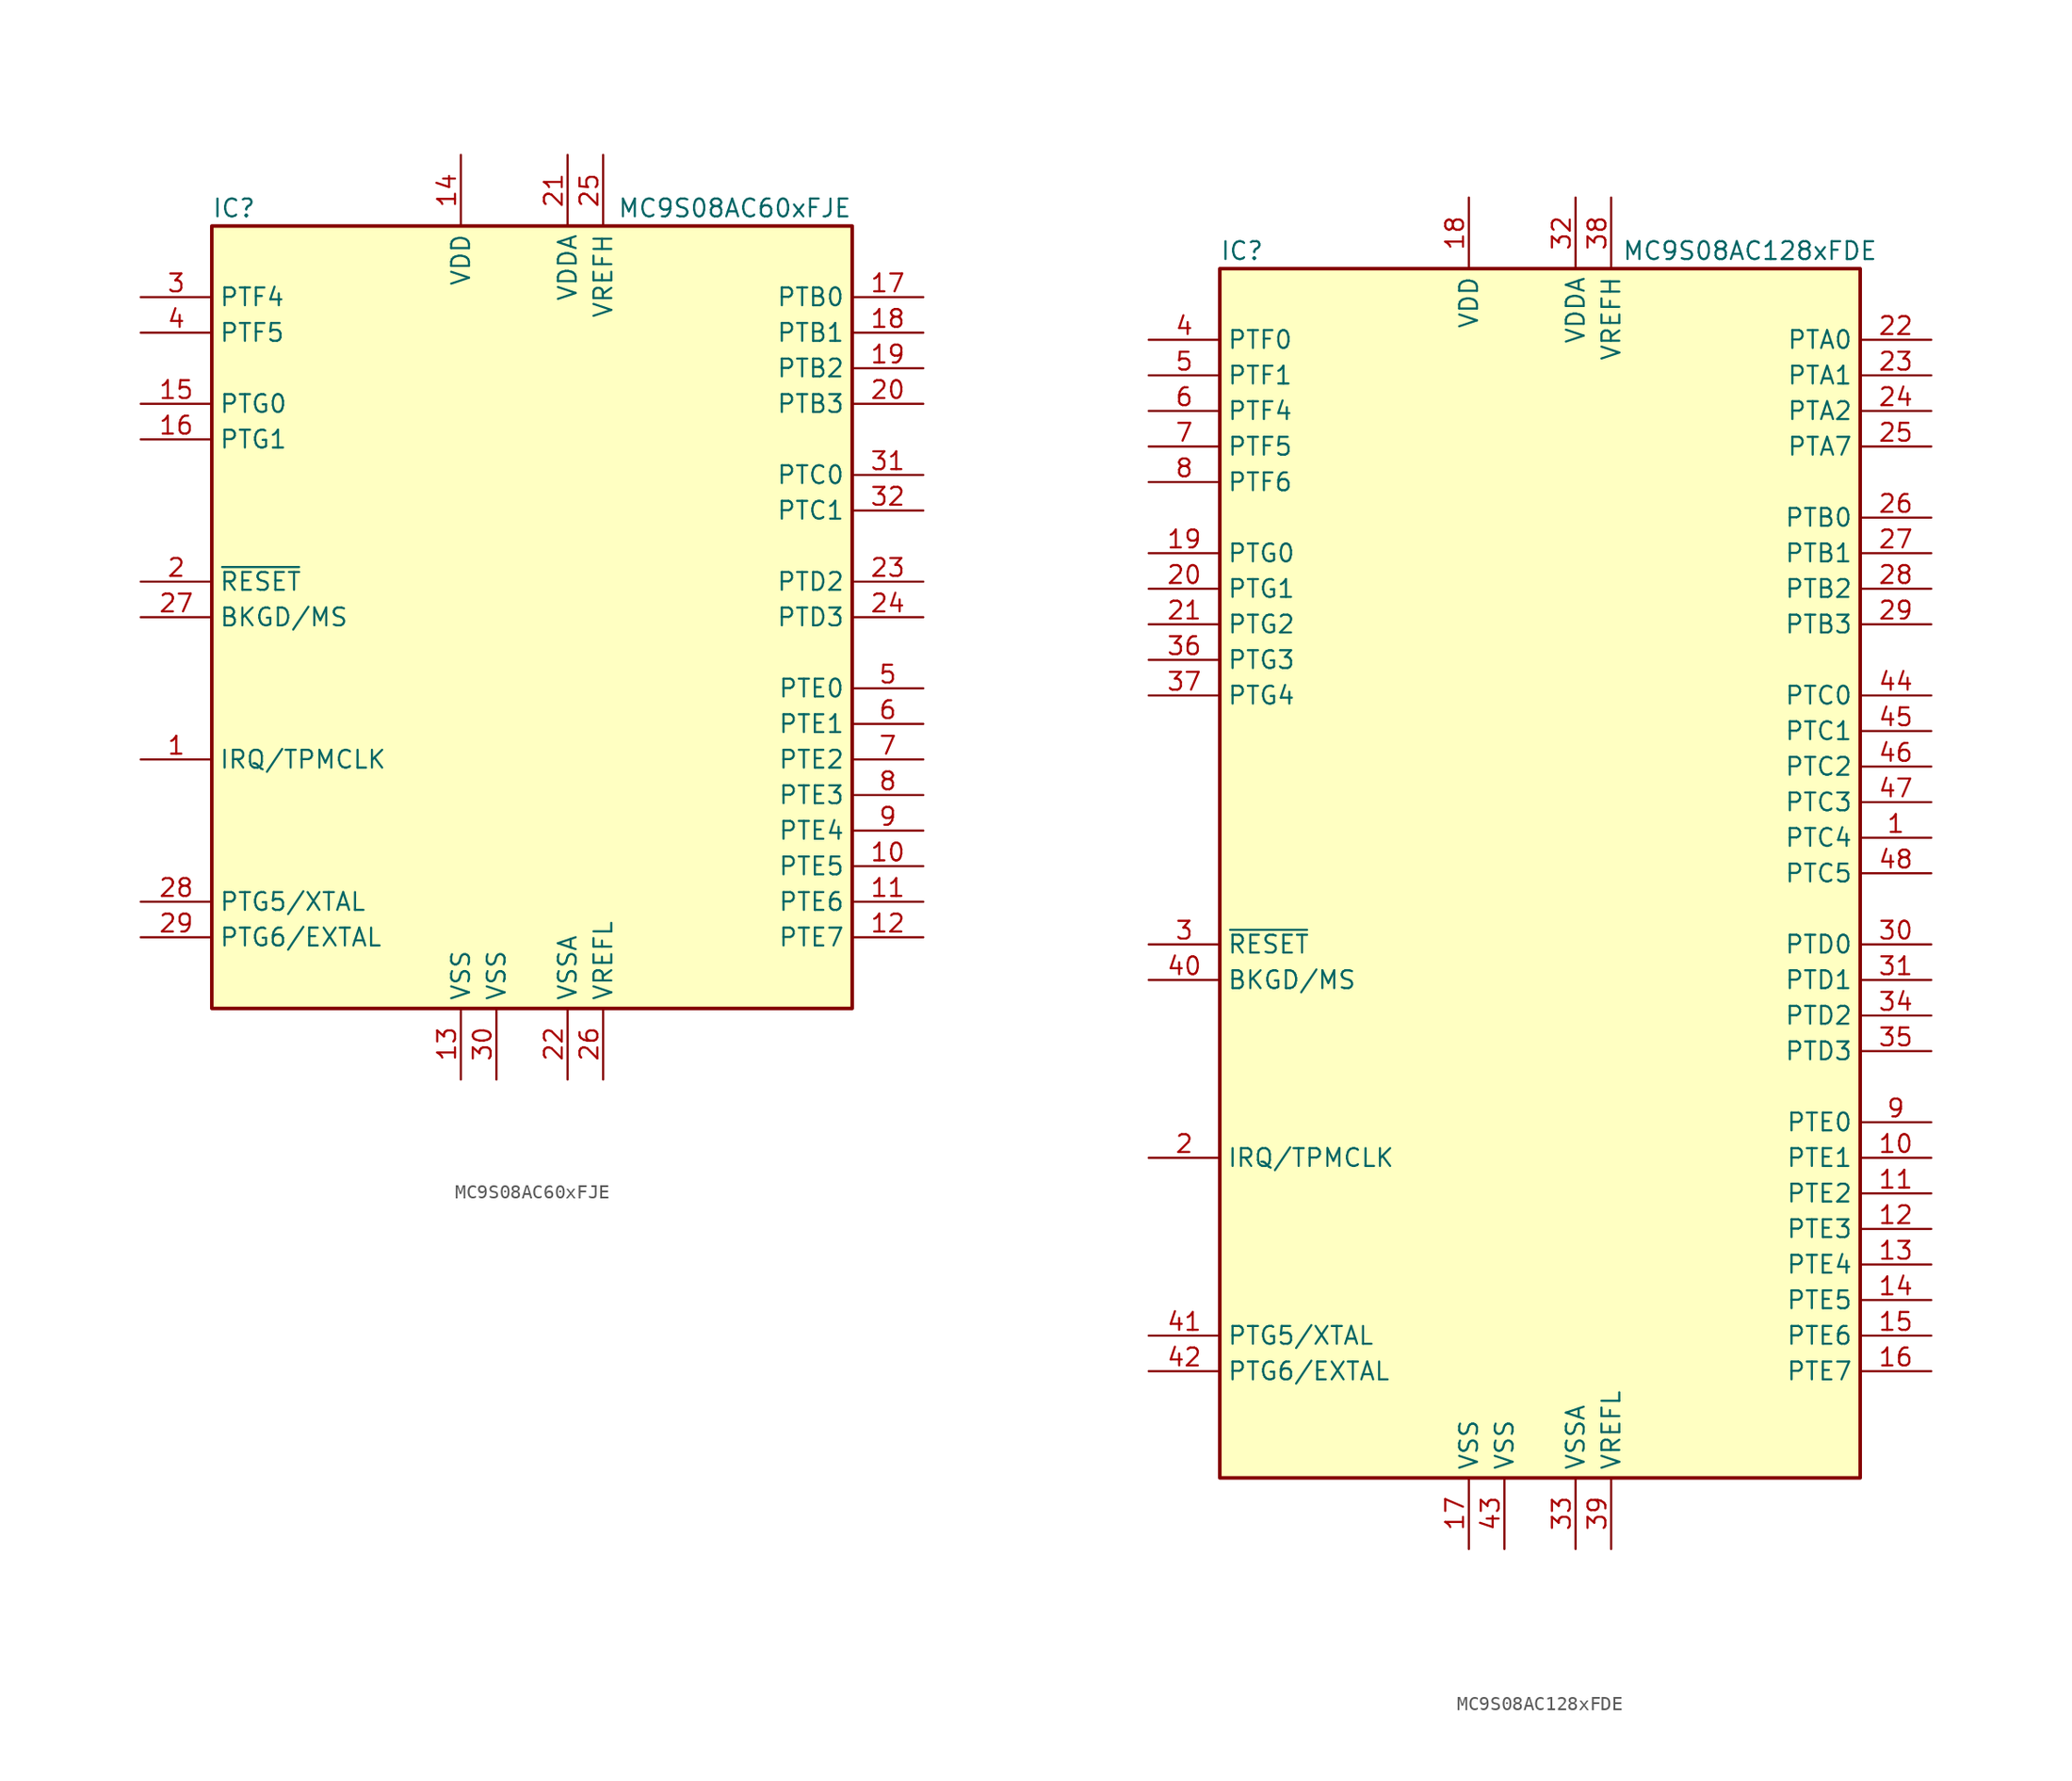
<source format=kicad_sym>
(kicad_symbol_lib
  (version 20201005)
  (generator kicad_symbol_editor)
  (symbol "MC9S08AC60xFJE"
    (property "Reference" "IC"
      (at -22.86 29.21 0)
      (effects (font (size 1.27 1.27)) (justify left)))
    (property "Value" "MC9S08AC60xFJE"
      (at 22.86 29.21 0)
      (effects (font (size 1.27 1.27)) (justify right)))
    (symbol "MC9S08AC60xFJE_0_1"
      (rectangle (start -22.86 27.94) (end 22.86 -27.94) (stroke (width 0.254)) (fill (type background))))
    (symbol "MC9S08AC60xFJE_1_1"
      (pin input line (at -27.94 -10.16 0) (length 5.08) (name "IRQ/TPMCLK" (effects (font (size 1.27 1.27)))) (number "1" (effects (font (size 1.27 1.27)))))
      (pin bidirectional line (at 27.94 -17.78 180) (length 5.08) (name "PTE5" (effects (font (size 1.27 1.27)))) (number "10" (effects (font (size 1.27 1.27)))))
      (pin bidirectional line (at 27.94 -20.32 180) (length 5.08) (name "PTE6" (effects (font (size 1.27 1.27)))) (number "11" (effects (font (size 1.27 1.27)))))
      (pin bidirectional line (at 27.94 -22.86 180) (length 5.08) (name "PTE7" (effects (font (size 1.27 1.27)))) (number "12" (effects (font (size 1.27 1.27)))))
      (pin power_in line (at -5.08 -33.02 90) (length 5.08) (name "VSS" (effects (font (size 1.27 1.27)))) (number "13" (effects (font (size 1.27 1.27)))))
      (pin power_in line (at -5.08 33.02 270) (length 5.08) (name "VDD" (effects (font (size 1.27 1.27)))) (number "14" (effects (font (size 1.27 1.27)))))
      (pin bidirectional line (at -27.94 15.24 0) (length 5.08) (name "PTG0" (effects (font (size 1.27 1.27)))) (number "15" (effects (font (size 1.27 1.27)))))
      (pin bidirectional line (at -27.94 12.7 0) (length 5.08) (name "PTG1" (effects (font (size 1.27 1.27)))) (number "16" (effects (font (size 1.27 1.27)))))
      (pin bidirectional line (at 27.94 22.86 180) (length 5.08) (name "PTB0" (effects (font (size 1.27 1.27)))) (number "17" (effects (font (size 1.27 1.27)))))
      (pin bidirectional line (at 27.94 20.32 180) (length 5.08) (name "PTB1" (effects (font (size 1.27 1.27)))) (number "18" (effects (font (size 1.27 1.27)))))
      (pin bidirectional line (at 27.94 17.78 180) (length 5.08) (name "PTB2" (effects (font (size 1.27 1.27)))) (number "19" (effects (font (size 1.27 1.27)))))
      (pin input line (at -27.94 2.54 0) (length 5.08) (name "~RESET" (effects (font (size 1.27 1.27)))) (number "2" (effects (font (size 1.27 1.27)))))
      (pin bidirectional line (at 27.94 15.24 180) (length 5.08) (name "PTB3" (effects (font (size 1.27 1.27)))) (number "20" (effects (font (size 1.27 1.27)))))
      (pin power_in line (at 2.54 33.02 270) (length 5.08) (name "VDDA" (effects (font (size 1.27 1.27)))) (number "21" (effects (font (size 1.27 1.27)))))
      (pin power_in line (at 2.54 -33.02 90) (length 5.08) (name "VSSA" (effects (font (size 1.27 1.27)))) (number "22" (effects (font (size 1.27 1.27)))))
      (pin bidirectional line (at 27.94 2.54 180) (length 5.08) (name "PTD2" (effects (font (size 1.27 1.27)))) (number "23" (effects (font (size 1.27 1.27)))))
      (pin bidirectional line (at 27.94 0 180) (length 5.08) (name "PTD3" (effects (font (size 1.27 1.27)))) (number "24" (effects (font (size 1.27 1.27)))))
      (pin power_in line (at 5.08 33.02 270) (length 5.08) (name "VREFH" (effects (font (size 1.27 1.27)))) (number "25" (effects (font (size 1.27 1.27)))))
      (pin power_in line (at 5.08 -33.02 90) (length 5.08) (name "VREFL" (effects (font (size 1.27 1.27)))) (number "26" (effects (font (size 1.27 1.27)))))
      (pin bidirectional line (at -27.94 0 0) (length 5.08) (name "BKGD/MS" (effects (font (size 1.27 1.27)))) (number "27" (effects (font (size 1.27 1.27)))))
      (pin bidirectional line (at -27.94 -20.32 0) (length 5.08) (name "PTG5/XTAL" (effects (font (size 1.27 1.27)))) (number "28" (effects (font (size 1.27 1.27)))))
      (pin bidirectional line (at -27.94 -22.86 0) (length 5.08) (name "PTG6/EXTAL" (effects (font (size 1.27 1.27)))) (number "29" (effects (font (size 1.27 1.27)))))
      (pin bidirectional line (at -27.94 22.86 0) (length 5.08) (name "PTF4" (effects (font (size 1.27 1.27)))) (number "3" (effects (font (size 1.27 1.27)))))
      (pin power_in line (at -2.54 -33.02 90) (length 5.08) (name "VSS" (effects (font (size 1.27 1.27)))) (number "30" (effects (font (size 1.27 1.27)))))
      (pin bidirectional line (at 27.94 10.16 180) (length 5.08) (name "PTC0" (effects (font (size 1.27 1.27)))) (number "31" (effects (font (size 1.27 1.27)))))
      (pin bidirectional line (at 27.94 7.62 180) (length 5.08) (name "PTC1" (effects (font (size 1.27 1.27)))) (number "32" (effects (font (size 1.27 1.27)))))
      (pin bidirectional line (at -27.94 20.32 0) (length 5.08) (name "PTF5" (effects (font (size 1.27 1.27)))) (number "4" (effects (font (size 1.27 1.27)))))
      (pin bidirectional line (at 27.94 -5.08 180) (length 5.08) (name "PTE0" (effects (font (size 1.27 1.27)))) (number "5" (effects (font (size 1.27 1.27)))))
      (pin bidirectional line (at 27.94 -7.62 180) (length 5.08) (name "PTE1" (effects (font (size 1.27 1.27)))) (number "6" (effects (font (size 1.27 1.27)))))
      (pin bidirectional line (at 27.94 -10.16 180) (length 5.08) (name "PTE2" (effects (font (size 1.27 1.27)))) (number "7" (effects (font (size 1.27 1.27)))))
      (pin bidirectional line (at 27.94 -12.7 180) (length 5.08) (name "PTE3" (effects (font (size 1.27 1.27)))) (number "8" (effects (font (size 1.27 1.27)))))
      (pin bidirectional line (at 27.94 -15.24 180) (length 5.08) (name "PTE4" (effects (font (size 1.27 1.27)))) (number "9" (effects (font (size 1.27 1.27)))))))
  (symbol "MC9S08AC128xFDE"
    (property "Reference" "IC"
      (at -22.86 44.45 0)
      (effects (font (size 1.27 1.27)) (justify left)))
    (property "Value" "MC9S08AC128xFDE"
      (at 24.13 44.45 0)
      (effects (font (size 1.27 1.27)) (justify right)))
    (symbol "MC9S08AC128xFDE_0_1"
      (rectangle (start -22.86 43.18) (end 22.86 -43.18) (stroke (width 0.254)) (fill (type background))))
    (symbol "MC9S08AC128xFDE_1_1"
      (pin bidirectional line (at 27.94 2.54 180) (length 5.08) (name "PTC4" (effects (font (size 1.27 1.27)))) (number "1" (effects (font (size 1.27 1.27)))))
      (pin bidirectional line (at 27.94 -20.32 180) (length 5.08) (name "PTE1" (effects (font (size 1.27 1.27)))) (number "10" (effects (font (size 1.27 1.27)))))
      (pin bidirectional line (at 27.94 -22.86 180) (length 5.08) (name "PTE2" (effects (font (size 1.27 1.27)))) (number "11" (effects (font (size 1.27 1.27)))))
      (pin bidirectional line (at 27.94 -25.4 180) (length 5.08) (name "PTE3" (effects (font (size 1.27 1.27)))) (number "12" (effects (font (size 1.27 1.27)))))
      (pin bidirectional line (at 27.94 -27.94 180) (length 5.08) (name "PTE4" (effects (font (size 1.27 1.27)))) (number "13" (effects (font (size 1.27 1.27)))))
      (pin bidirectional line (at 27.94 -30.48 180) (length 5.08) (name "PTE5" (effects (font (size 1.27 1.27)))) (number "14" (effects (font (size 1.27 1.27)))))
      (pin bidirectional line (at 27.94 -33.02 180) (length 5.08) (name "PTE6" (effects (font (size 1.27 1.27)))) (number "15" (effects (font (size 1.27 1.27)))))
      (pin bidirectional line (at 27.94 -35.56 180) (length 5.08) (name "PTE7" (effects (font (size 1.27 1.27)))) (number "16" (effects (font (size 1.27 1.27)))))
      (pin power_in line (at -5.08 -48.26 90) (length 5.08) (name "VSS" (effects (font (size 1.27 1.27)))) (number "17" (effects (font (size 1.27 1.27)))))
      (pin power_in line (at -5.08 48.26 270) (length 5.08) (name "VDD" (effects (font (size 1.27 1.27)))) (number "18" (effects (font (size 1.27 1.27)))))
      (pin bidirectional line (at -27.94 22.86 0) (length 5.08) (name "PTG0" (effects (font (size 1.27 1.27)))) (number "19" (effects (font (size 1.27 1.27)))))
      (pin input line (at -27.94 -20.32 0) (length 5.08) (name "IRQ/TPMCLK" (effects (font (size 1.27 1.27)))) (number "2" (effects (font (size 1.27 1.27)))))
      (pin bidirectional line (at -27.94 20.32 0) (length 5.08) (name "PTG1" (effects (font (size 1.27 1.27)))) (number "20" (effects (font (size 1.27 1.27)))))
      (pin bidirectional line (at -27.94 17.78 0) (length 5.08) (name "PTG2" (effects (font (size 1.27 1.27)))) (number "21" (effects (font (size 1.27 1.27)))))
      (pin bidirectional line (at 27.94 38.1 180) (length 5.08) (name "PTA0" (effects (font (size 1.27 1.27)))) (number "22" (effects (font (size 1.27 1.27)))))
      (pin bidirectional line (at 27.94 35.56 180) (length 5.08) (name "PTA1" (effects (font (size 1.27 1.27)))) (number "23" (effects (font (size 1.27 1.27)))))
      (pin bidirectional line (at 27.94 33.02 180) (length 5.08) (name "PTA2" (effects (font (size 1.27 1.27)))) (number "24" (effects (font (size 1.27 1.27)))))
      (pin bidirectional line (at 27.94 30.48 180) (length 5.08) (name "PTA7" (effects (font (size 1.27 1.27)))) (number "25" (effects (font (size 1.27 1.27)))))
      (pin bidirectional line (at 27.94 25.4 180) (length 5.08) (name "PTB0" (effects (font (size 1.27 1.27)))) (number "26" (effects (font (size 1.27 1.27)))))
      (pin bidirectional line (at 27.94 22.86 180) (length 5.08) (name "PTB1" (effects (font (size 1.27 1.27)))) (number "27" (effects (font (size 1.27 1.27)))))
      (pin bidirectional line (at 27.94 20.32 180) (length 5.08) (name "PTB2" (effects (font (size 1.27 1.27)))) (number "28" (effects (font (size 1.27 1.27)))))
      (pin bidirectional line (at 27.94 17.78 180) (length 5.08) (name "PTB3" (effects (font (size 1.27 1.27)))) (number "29" (effects (font (size 1.27 1.27)))))
      (pin input line (at -27.94 -5.08 0) (length 5.08) (name "~RESET" (effects (font (size 1.27 1.27)))) (number "3" (effects (font (size 1.27 1.27)))))
      (pin bidirectional line (at 27.94 -5.08 180) (length 5.08) (name "PTD0" (effects (font (size 1.27 1.27)))) (number "30" (effects (font (size 1.27 1.27)))))
      (pin bidirectional line (at 27.94 -7.62 180) (length 5.08) (name "PTD1" (effects (font (size 1.27 1.27)))) (number "31" (effects (font (size 1.27 1.27)))))
      (pin power_in line (at 2.54 48.26 270) (length 5.08) (name "VDDA" (effects (font (size 1.27 1.27)))) (number "32" (effects (font (size 1.27 1.27)))))
      (pin power_in line (at 2.54 -48.26 90) (length 5.08) (name "VSSA" (effects (font (size 1.27 1.27)))) (number "33" (effects (font (size 1.27 1.27)))))
      (pin bidirectional line (at 27.94 -10.16 180) (length 5.08) (name "PTD2" (effects (font (size 1.27 1.27)))) (number "34" (effects (font (size 1.27 1.27)))))
      (pin bidirectional line (at 27.94 -12.7 180) (length 5.08) (name "PTD3" (effects (font (size 1.27 1.27)))) (number "35" (effects (font (size 1.27 1.27)))))
      (pin bidirectional line (at -27.94 15.24 0) (length 5.08) (name "PTG3" (effects (font (size 1.27 1.27)))) (number "36" (effects (font (size 1.27 1.27)))))
      (pin bidirectional line (at -27.94 12.7 0) (length 5.08) (name "PTG4" (effects (font (size 1.27 1.27)))) (number "37" (effects (font (size 1.27 1.27)))))
      (pin power_in line (at 5.08 48.26 270) (length 5.08) (name "VREFH" (effects (font (size 1.27 1.27)))) (number "38" (effects (font (size 1.27 1.27)))))
      (pin power_in line (at 5.08 -48.26 90) (length 5.08) (name "VREFL" (effects (font (size 1.27 1.27)))) (number "39" (effects (font (size 1.27 1.27)))))
      (pin bidirectional line (at -27.94 38.1 0) (length 5.08) (name "PTF0" (effects (font (size 1.27 1.27)))) (number "4" (effects (font (size 1.27 1.27)))))
      (pin bidirectional line (at -27.94 -7.62 0) (length 5.08) (name "BKGD/MS" (effects (font (size 1.27 1.27)))) (number "40" (effects (font (size 1.27 1.27)))))
      (pin bidirectional line (at -27.94 -33.02 0) (length 5.08) (name "PTG5/XTAL" (effects (font (size 1.27 1.27)))) (number "41" (effects (font (size 1.27 1.27)))))
      (pin bidirectional line (at -27.94 -35.56 0) (length 5.08) (name "PTG6/EXTAL" (effects (font (size 1.27 1.27)))) (number "42" (effects (font (size 1.27 1.27)))))
      (pin power_in line (at -2.54 -48.26 90) (length 5.08) (name "VSS" (effects (font (size 1.27 1.27)))) (number "43" (effects (font (size 1.27 1.27)))))
      (pin bidirectional line (at 27.94 12.7 180) (length 5.08) (name "PTC0" (effects (font (size 1.27 1.27)))) (number "44" (effects (font (size 1.27 1.27)))))
      (pin bidirectional line (at 27.94 10.16 180) (length 5.08) (name "PTC1" (effects (font (size 1.27 1.27)))) (number "45" (effects (font (size 1.27 1.27)))))
      (pin bidirectional line (at 27.94 7.62 180) (length 5.08) (name "PTC2" (effects (font (size 1.27 1.27)))) (number "46" (effects (font (size 1.27 1.27)))))
      (pin bidirectional line (at 27.94 5.08 180) (length 5.08) (name "PTC3" (effects (font (size 1.27 1.27)))) (number "47" (effects (font (size 1.27 1.27)))))
      (pin bidirectional line (at 27.94 0 180) (length 5.08) (name "PTC5" (effects (font (size 1.27 1.27)))) (number "48" (effects (font (size 1.27 1.27)))))
      (pin bidirectional line (at -27.94 35.56 0) (length 5.08) (name "PTF1" (effects (font (size 1.27 1.27)))) (number "5" (effects (font (size 1.27 1.27)))))
      (pin bidirectional line (at -27.94 33.02 0) (length 5.08) (name "PTF4" (effects (font (size 1.27 1.27)))) (number "6" (effects (font (size 1.27 1.27)))))
      (pin bidirectional line (at -27.94 30.48 0) (length 5.08) (name "PTF5" (effects (font (size 1.27 1.27)))) (number "7" (effects (font (size 1.27 1.27)))))
      (pin bidirectional line (at -27.94 27.94 0) (length 5.08) (name "PTF6" (effects (font (size 1.27 1.27)))) (number "8" (effects (font (size 1.27 1.27)))))
      (pin bidirectional line (at 27.94 -17.78 180) (length 5.08) (name "PTE0" (effects (font (size 1.27 1.27)))) (number "9" (effects (font (size 1.27 1.27))))))))
</source>
